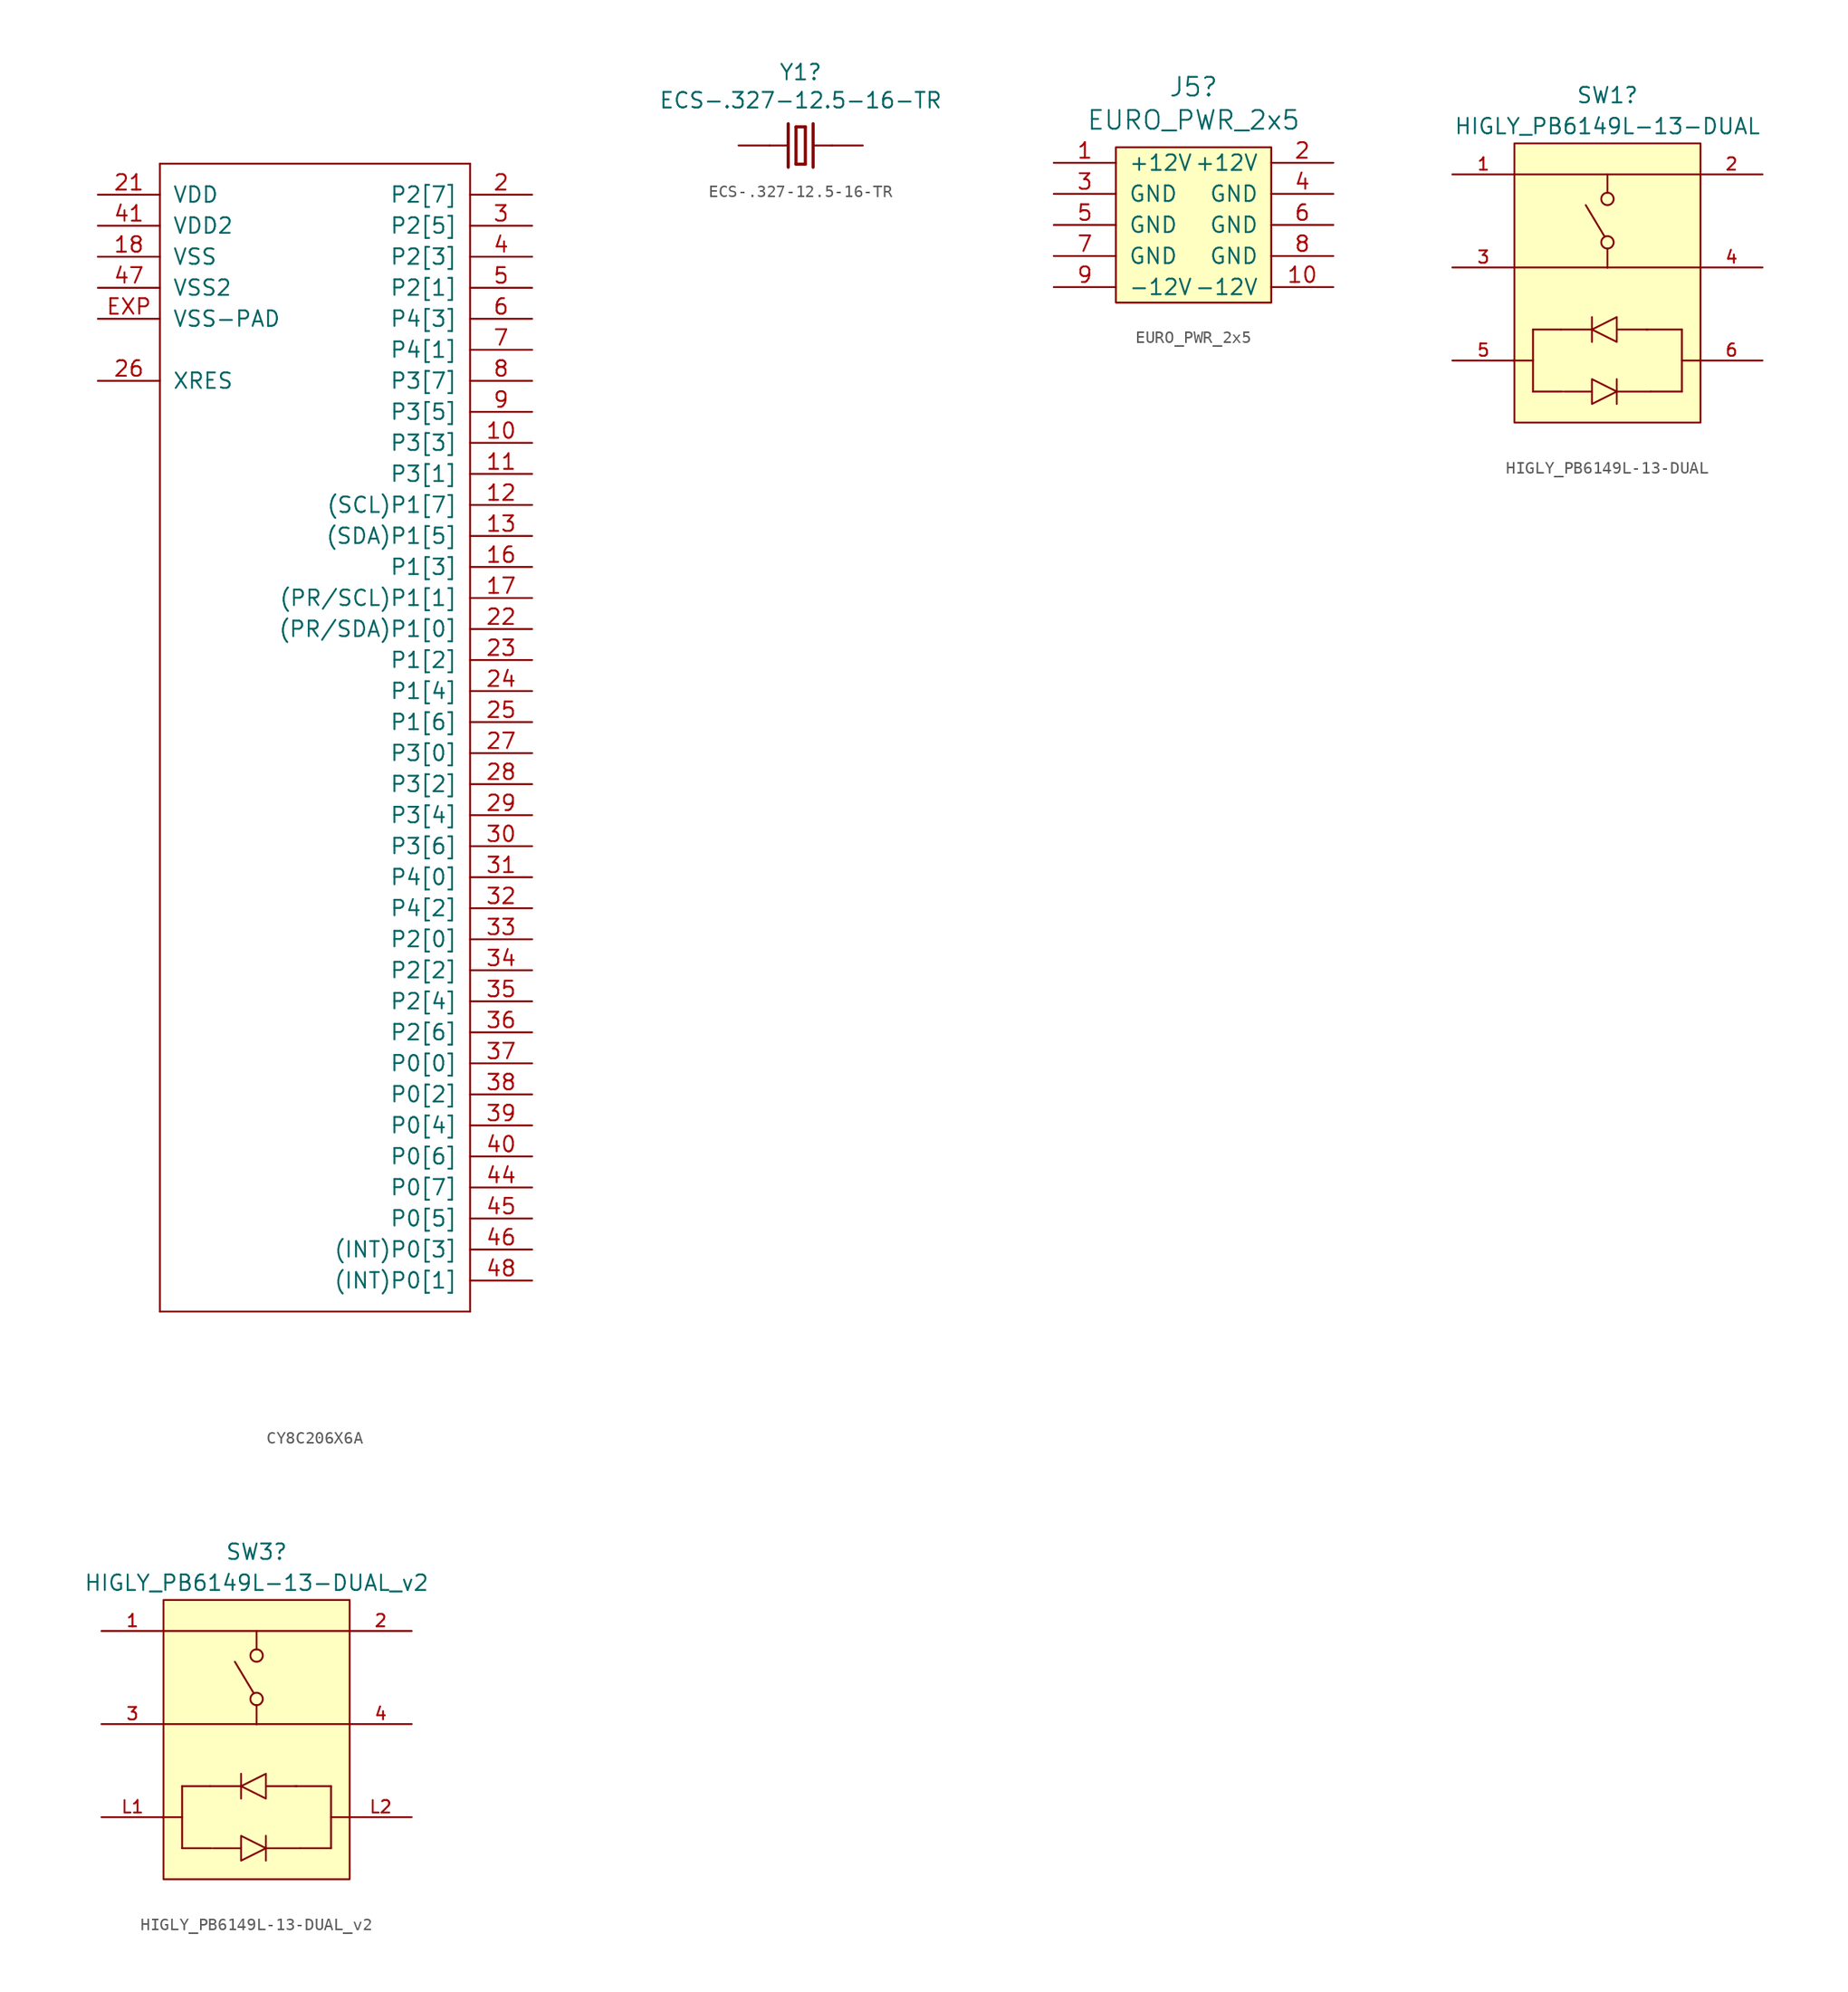
<source format=kicad_sym>
(kicad_symbol_lib
  (version 20211014)
  (generator kicad_symbol_editor)
  (symbol "CY8C206X6A"
    (pin_names
      (offset 1.016))
    (property "Reference" "U30"
      (at 0 0 0)
      (effects (font (size 1.27 1.27)) hide))
    (property "ki_locked" ""
      (at 0 0 0)
      (effects (font (size 1.27 1.27))))
    (symbol "CY8C206X6A_1_0"
      (polyline (pts (xy -12.7 -48.26) (xy -12.7 45.72)) (stroke (width 0) (type default) (color 0 0 0 0)) (fill (type none)))
      (polyline (pts (xy -12.7 45.72) (xy 12.7 45.72)) (stroke (width 0) (type default) (color 0 0 0 0)) (fill (type none)))
      (polyline (pts (xy 12.7 -48.26) (xy -12.7 -48.26)) (stroke (width 0) (type default) (color 0 0 0 0)) (fill (type none)))
      (polyline (pts (xy 12.7 45.72) (xy 12.7 -48.26)) (stroke (width 0) (type default) (color 0 0 0 0)) (fill (type none)))
      (pin unspecified line (at 17.78 22.86 180) (length 5.08) (name "P3[3]" (effects (font (size 1.27 1.27)))) (number "10" (effects (font (size 1.27 1.27)))))
      (pin unspecified line (at 17.78 20.32 180) (length 5.08) (name "P3[1]" (effects (font (size 1.27 1.27)))) (number "11" (effects (font (size 1.27 1.27)))))
      (pin unspecified line (at 17.78 17.78 180) (length 5.08) (name "(SCL)P1[7]" (effects (font (size 1.27 1.27)))) (number "12" (effects (font (size 1.27 1.27)))))
      (pin unspecified line (at 17.78 15.24 180) (length 5.08) (name "(SDA)P1[5]" (effects (font (size 1.27 1.27)))) (number "13" (effects (font (size 1.27 1.27)))))
      (pin unspecified line (at 17.78 12.7 180) (length 5.08) (name "P1[3]" (effects (font (size 1.27 1.27)))) (number "16" (effects (font (size 1.27 1.27)))))
      (pin unspecified line (at 17.78 10.16 180) (length 5.08) (name "(PR/SCL)P1[1]" (effects (font (size 1.27 1.27)))) (number "17" (effects (font (size 1.27 1.27)))))
      (pin unspecified line (at -17.78 38.1 0) (length 5.08) (name "VSS" (effects (font (size 1.27 1.27)))) (number "18" (effects (font (size 1.27 1.27)))))
      (pin unspecified line (at 17.78 43.18 180) (length 5.08) (name "P2[7]" (effects (font (size 1.27 1.27)))) (number "2" (effects (font (size 1.27 1.27)))))
      (pin unspecified line (at -17.78 43.18 0) (length 5.08) (name "VDD" (effects (font (size 1.27 1.27)))) (number "21" (effects (font (size 1.27 1.27)))))
      (pin unspecified line (at 17.78 7.62 180) (length 5.08) (name "(PR/SDA)P1[0]" (effects (font (size 1.27 1.27)))) (number "22" (effects (font (size 1.27 1.27)))))
      (pin unspecified line (at 17.78 5.08 180) (length 5.08) (name "P1[2]" (effects (font (size 1.27 1.27)))) (number "23" (effects (font (size 1.27 1.27)))))
      (pin unspecified line (at 17.78 2.54 180) (length 5.08) (name "P1[4]" (effects (font (size 1.27 1.27)))) (number "24" (effects (font (size 1.27 1.27)))))
      (pin unspecified line (at 17.78 0 180) (length 5.08) (name "P1[6]" (effects (font (size 1.27 1.27)))) (number "25" (effects (font (size 1.27 1.27)))))
      (pin unspecified line (at -17.78 27.94 0) (length 5.08) (name "XRES" (effects (font (size 1.27 1.27)))) (number "26" (effects (font (size 1.27 1.27)))))
      (pin unspecified line (at 17.78 -2.54 180) (length 5.08) (name "P3[0]" (effects (font (size 1.27 1.27)))) (number "27" (effects (font (size 1.27 1.27)))))
      (pin unspecified line (at 17.78 -5.08 180) (length 5.08) (name "P3[2]" (effects (font (size 1.27 1.27)))) (number "28" (effects (font (size 1.27 1.27)))))
      (pin unspecified line (at 17.78 -7.62 180) (length 5.08) (name "P3[4]" (effects (font (size 1.27 1.27)))) (number "29" (effects (font (size 1.27 1.27)))))
      (pin unspecified line (at 17.78 40.64 180) (length 5.08) (name "P2[5]" (effects (font (size 1.27 1.27)))) (number "3" (effects (font (size 1.27 1.27)))))
      (pin unspecified line (at 17.78 -10.16 180) (length 5.08) (name "P3[6]" (effects (font (size 1.27 1.27)))) (number "30" (effects (font (size 1.27 1.27)))))
      (pin unspecified line (at 17.78 -12.7 180) (length 5.08) (name "P4[0]" (effects (font (size 1.27 1.27)))) (number "31" (effects (font (size 1.27 1.27)))))
      (pin unspecified line (at 17.78 -15.24 180) (length 5.08) (name "P4[2]" (effects (font (size 1.27 1.27)))) (number "32" (effects (font (size 1.27 1.27)))))
      (pin unspecified line (at 17.78 -17.78 180) (length 5.08) (name "P2[0]" (effects (font (size 1.27 1.27)))) (number "33" (effects (font (size 1.27 1.27)))))
      (pin unspecified line (at 17.78 -20.32 180) (length 5.08) (name "P2[2]" (effects (font (size 1.27 1.27)))) (number "34" (effects (font (size 1.27 1.27)))))
      (pin unspecified line (at 17.78 -22.86 180) (length 5.08) (name "P2[4]" (effects (font (size 1.27 1.27)))) (number "35" (effects (font (size 1.27 1.27)))))
      (pin unspecified line (at 17.78 -25.4 180) (length 5.08) (name "P2[6]" (effects (font (size 1.27 1.27)))) (number "36" (effects (font (size 1.27 1.27)))))
      (pin unspecified line (at 17.78 -27.94 180) (length 5.08) (name "P0[0]" (effects (font (size 1.27 1.27)))) (number "37" (effects (font (size 1.27 1.27)))))
      (pin unspecified line (at 17.78 -30.48 180) (length 5.08) (name "P0[2]" (effects (font (size 1.27 1.27)))) (number "38" (effects (font (size 1.27 1.27)))))
      (pin unspecified line (at 17.78 -33.02 180) (length 5.08) (name "P0[4]" (effects (font (size 1.27 1.27)))) (number "39" (effects (font (size 1.27 1.27)))))
      (pin unspecified line (at 17.78 38.1 180) (length 5.08) (name "P2[3]" (effects (font (size 1.27 1.27)))) (number "4" (effects (font (size 1.27 1.27)))))
      (pin unspecified line (at 17.78 -35.56 180) (length 5.08) (name "P0[6]" (effects (font (size 1.27 1.27)))) (number "40" (effects (font (size 1.27 1.27)))))
      (pin unspecified line (at -17.78 40.64 0) (length 5.08) (name "VDD2" (effects (font (size 1.27 1.27)))) (number "41" (effects (font (size 1.27 1.27)))))
      (pin unspecified line (at 17.78 -38.1 180) (length 5.08) (name "P0[7]" (effects (font (size 1.27 1.27)))) (number "44" (effects (font (size 1.27 1.27)))))
      (pin unspecified line (at 17.78 -40.64 180) (length 5.08) (name "P0[5]" (effects (font (size 1.27 1.27)))) (number "45" (effects (font (size 1.27 1.27)))))
      (pin unspecified line (at 17.78 -43.18 180) (length 5.08) (name "(INT)P0[3]" (effects (font (size 1.27 1.27)))) (number "46" (effects (font (size 1.27 1.27)))))
      (pin unspecified line (at -17.78 35.56 0) (length 5.08) (name "VSS2" (effects (font (size 1.27 1.27)))) (number "47" (effects (font (size 1.27 1.27)))))
      (pin unspecified line (at 17.78 -45.72 180) (length 5.08) (name "(INT)P0[1]" (effects (font (size 1.27 1.27)))) (number "48" (effects (font (size 1.27 1.27)))))
      (pin unspecified line (at 17.78 35.56 180) (length 5.08) (name "P2[1]" (effects (font (size 1.27 1.27)))) (number "5" (effects (font (size 1.27 1.27)))))
      (pin unspecified line (at 17.78 33.02 180) (length 5.08) (name "P4[3]" (effects (font (size 1.27 1.27)))) (number "6" (effects (font (size 1.27 1.27)))))
      (pin unspecified line (at 17.78 30.48 180) (length 5.08) (name "P4[1]" (effects (font (size 1.27 1.27)))) (number "7" (effects (font (size 1.27 1.27)))))
      (pin unspecified line (at 17.78 27.94 180) (length 5.08) (name "P3[7]" (effects (font (size 1.27 1.27)))) (number "8" (effects (font (size 1.27 1.27)))))
      (pin unspecified line (at 17.78 25.4 180) (length 5.08) (name "P3[5]" (effects (font (size 1.27 1.27)))) (number "9" (effects (font (size 1.27 1.27)))))
      (pin unspecified line (at -17.78 33.02 0) (length 5.08) (name "VSS-PAD" (effects (font (size 1.27 1.27)))) (number "EXP" (effects (font (size 1.27 1.27)))))))
  (symbol "ECS-.327-12.5-16-TR"
    (pin_numbers hide)
    (pin_names
      (offset 1.016) hide)
    (property "Reference" "Y1"
      (at 0 5.988 0)
      (effects (font (size 1.27 1.27))))
    (property "Value" "ECS-.327-12.5-16-TR"
      (at 0 3.689 0)
      (effects (font (size 1.27 1.27))))
    (property "ki_locked" ""
      (at 0 0 0)
      (effects (font (size 1.27 1.27))))
    (symbol "ECS-.327-12.5-16-TR_0_0"
      (polyline (pts (xy -2.54 0) (xy -1.016 0)) (stroke (width 0.152) (type default) (color 0 0 0 0)) (fill (type none)))
      (polyline (pts (xy -1.016 1.778) (xy -1.016 -1.778)) (stroke (width 0.254) (type default) (color 0 0 0 0)) (fill (type none)))
      (polyline (pts (xy -0.381 -1.524) (xy 0.381 -1.524)) (stroke (width 0.254) (type default) (color 0 0 0 0)) (fill (type none)))
      (polyline (pts (xy -0.381 1.524) (xy -0.381 -1.524)) (stroke (width 0.254) (type default) (color 0 0 0 0)) (fill (type none)))
      (polyline (pts (xy 0.381 -1.524) (xy 0.381 1.524)) (stroke (width 0.254) (type default) (color 0 0 0 0)) (fill (type none)))
      (polyline (pts (xy 0.381 1.524) (xy -0.381 1.524)) (stroke (width 0.254) (type default) (color 0 0 0 0)) (fill (type none)))
      (polyline (pts (xy 1.016 0) (xy 2.54 0)) (stroke (width 0.152) (type default) (color 0 0 0 0)) (fill (type none)))
      (polyline (pts (xy 1.016 1.778) (xy 1.016 -1.778)) (stroke (width 0.254) (type default) (color 0 0 0 0)) (fill (type none)))
      (pin passive line (at -5.08 0 0) (length 2.54) (name "~" (effects (font (size 1.016 1.016)))) (number "1" (effects (font (size 1.016 1.016)))))
      (pin passive line (at 5.08 0 180) (length 2.54) (name "~" (effects (font (size 1.016 1.016)))) (number "2" (effects (font (size 1.016 1.016)))))))
  (symbol "EURO_PWR_2x5"
    (pin_names
      (offset 1.016))
    (property "Reference" "J5"
      (at 0 11.278 0)
      (effects (font (size 1.524 1.524))))
    (property "Value" "EURO_PWR_2x5"
      (at 0 8.568 0)
      (effects (font (size 1.524 1.524))))
    (symbol "EURO_PWR_2x5_0_1"
      (rectangle (start -6.35 6.35) (end 6.35 -6.35) (stroke (width 0) (type default) (color 0 0 0 0)) (fill (type background))))
    (symbol "EURO_PWR_2x5_1_1"
      (pin power_in line (at -11.43 5.08 0) (length 5.08) (name "+12V" (effects (font (size 1.27 1.27)))) (number "1" (effects (font (size 1.27 1.27)))))
      (pin power_in line (at 11.43 -5.08 180) (length 5.08) (name "-12V" (effects (font (size 1.27 1.27)))) (number "10" (effects (font (size 1.27 1.27)))))
      (pin power_in line (at 11.43 5.08 180) (length 5.08) (name "+12V" (effects (font (size 1.27 1.27)))) (number "2" (effects (font (size 1.27 1.27)))))
      (pin power_in line (at -11.43 2.54 0) (length 5.08) (name "GND" (effects (font (size 1.27 1.27)))) (number "3" (effects (font (size 1.27 1.27)))))
      (pin power_in line (at 11.43 2.54 180) (length 5.08) (name "GND" (effects (font (size 1.27 1.27)))) (number "4" (effects (font (size 1.27 1.27)))))
      (pin power_in line (at -11.43 0 0) (length 5.08) (name "GND" (effects (font (size 1.27 1.27)))) (number "5" (effects (font (size 1.27 1.27)))))
      (pin power_in line (at 11.43 0 180) (length 5.08) (name "GND" (effects (font (size 1.27 1.27)))) (number "6" (effects (font (size 1.27 1.27)))))
      (pin power_in line (at -11.43 -2.54 0) (length 5.08) (name "GND" (effects (font (size 1.27 1.27)))) (number "7" (effects (font (size 1.27 1.27)))))
      (pin power_in line (at 11.43 -2.54 180) (length 5.08) (name "GND" (effects (font (size 1.27 1.27)))) (number "8" (effects (font (size 1.27 1.27)))))
      (pin power_in line (at -11.43 -5.08 0) (length 5.08) (name "-12V" (effects (font (size 1.27 1.27)))) (number "9" (effects (font (size 1.27 1.27)))))))
  (symbol "HIGLY_PB6149L-13-DUAL"
    (property "Reference" "SW1"
      (at 0 14.097 0)
      (effects (font (size 1.27 1.27))))
    (property "Value" "HIGLY_PB6149L-13-DUAL"
      (at 0 11.56 0)
      (effects (font (size 1.27 1.27))))
    (symbol "HIGLY_PB6149L-13-DUAL_0_1"
      (rectangle (start -7.62 10.16) (end 7.62 -12.7) (stroke (width 0) (type default) (color 0 0 0 0)) (fill (type background)))
      (polyline (pts (xy -6.096 -10.16) (xy -3.683 -10.16)) (stroke (width 0) (type default) (color 0 0 0 0)) (fill (type none)))
      (polyline (pts (xy -6.096 -7.62) (xy -7.747 -7.62)) (stroke (width 0) (type default) (color 0 0 0 0)) (fill (type none)))
      (polyline (pts (xy -6.096 -5.08) (xy -6.096 -10.16)) (stroke (width 0) (type default) (color 0 0 0 0)) (fill (type none)))
      (polyline (pts (xy -3.81 -5.08) (xy -6.096 -5.08)) (stroke (width 0) (type default) (color 0 0 0 0)) (fill (type none)))
      (polyline (pts (xy 3.556 -10.16) (xy 6.096 -10.16)) (stroke (width 0) (type default) (color 0 0 0 0)) (fill (type none)))
      (polyline (pts (xy 6.096 -5.08) (xy 3.175 -5.08)) (stroke (width 0) (type default) (color 0 0 0 0)) (fill (type none)))
      (polyline (pts (xy 6.096 -5.08) (xy 6.096 -10.16)) (stroke (width 0) (type default) (color 0 0 0 0)) (fill (type none)))
      (polyline (pts (xy 7.62 -7.62) (xy 6.096 -7.62)) (stroke (width 0) (type default) (color 0 0 0 0)) (fill (type none)))
      (polyline (pts (xy 7.62 0) (xy -7.62 0)) (stroke (width 0) (type default) (color 0 0 0 0)) (fill (type none)))
      (polyline (pts (xy 7.62 7.62) (xy -7.62 7.62)) (stroke (width 0) (type default) (color 0 0 0 0)) (fill (type none))))
    (symbol "HIGLY_PB6149L-13-DUAL_1_1"
      (polyline (pts (xy -1.27 -10.16) (xy -3.556 -10.16)) (stroke (width 0.15) (type default) (color 0 0 0 0)) (fill (type none)))
      (polyline (pts (xy -1.27 -6.096) (xy -1.27 -4.064)) (stroke (width 0.15) (type default) (color 0 0 0 0)) (fill (type none)))
      (polyline (pts (xy -1.27 -5.08) (xy -3.81 -5.08)) (stroke (width 0.15) (type default) (color 0 0 0 0)) (fill (type none)))
      (polyline (pts (xy -0.254 2.565) (xy -1.778 5.105)) (stroke (width 0) (type default) (color 0 0 0 0)) (fill (type none)))
      (polyline (pts (xy 0 1.549) (xy 0 -0.025)) (stroke (width 0) (type default) (color 0 0 0 0)) (fill (type none)))
      (polyline (pts (xy 0 7.62) (xy 0 6.121)) (stroke (width 0) (type default) (color 0 0 0 0)) (fill (type none)))
      (polyline (pts (xy 0.762 -10.16) (xy 3.556 -10.16)) (stroke (width 0.15) (type default) (color 0 0 0 0)) (fill (type none)))
      (polyline (pts (xy 0.762 -9.144) (xy 0.762 -11.176)) (stroke (width 0.15) (type default) (color 0 0 0 0)) (fill (type none)))
      (polyline (pts (xy 0.762 -5.08) (xy 3.302 -5.08)) (stroke (width 0.15) (type default) (color 0 0 0 0)) (fill (type none)))
      (polyline (pts (xy -1.27 -5.08) (xy 0.762 -6.096) (xy 0.762 -4.064) (xy -1.27 -5.08)) (stroke (width 0.15) (type default) (color 0 0 0 0)) (fill (type none)))
      (polyline (pts (xy 0.762 -10.16) (xy -1.27 -9.144) (xy -1.27 -11.176) (xy 0.762 -10.16)) (stroke (width 0.15) (type default) (color 0 0 0 0)) (fill (type none)))
      (circle (center 0 2.057) (radius 0.508) (stroke (width 0) (type default) (color 0 0 0 0)) (fill (type none)))
      (circle (center 0 5.613) (radius 0.508) (stroke (width 0) (type default) (color 0 0 0 0)) (fill (type none)))
      (pin unspecified line (at -12.7 7.62 0) (length 5.08) (name "1" (effects (font (size 0 0)))) (number "1" (effects (font (size 1.016 1.016)))))
      (pin unspecified line (at 12.7 7.62 180) (length 5.08) (name "2" (effects (font (size 0 0)))) (number "2" (effects (font (size 1.016 1.016)))))
      (pin unspecified line (at -12.7 0 0) (length 5.08) (name "3" (effects (font (size 0 0)))) (number "3" (effects (font (size 1.016 1.016)))))
      (pin unspecified line (at 12.7 0 180) (length 5.08) (name "4" (effects (font (size 0 0)))) (number "4" (effects (font (size 1.016 1.016)))))
      (pin unspecified line (at -12.7 -7.62 0) (length 5.08) (name "L1" (effects (font (size 0 0)))) (number "5" (effects (font (size 1.016 1.016)))))
      (pin unspecified line (at 12.7 -7.62 180) (length 5.08) (name "L2" (effects (font (size 0 0)))) (number "6" (effects (font (size 1.016 1.016)))))))
  (symbol "HIGLY_PB6149L-13-DUAL_v2"
    (property "Reference" "SW3"
      (at 0 14.097 0)
      (effects (font (size 1.27 1.27))))
    (property "Value" "HIGLY_PB6149L-13-DUAL_v2"
      (at 0 11.56 0)
      (effects (font (size 1.27 1.27))))
    (symbol "HIGLY_PB6149L-13-DUAL_v2_0_1"
      (rectangle (start -7.62 10.16) (end 7.62 -12.7) (stroke (width 0) (type default) (color 0 0 0 0)) (fill (type background)))
      (polyline (pts (xy -6.096 -10.16) (xy -3.683 -10.16)) (stroke (width 0) (type default) (color 0 0 0 0)) (fill (type none)))
      (polyline (pts (xy -6.096 -7.62) (xy -7.747 -7.62)) (stroke (width 0) (type default) (color 0 0 0 0)) (fill (type none)))
      (polyline (pts (xy -6.096 -5.08) (xy -6.096 -10.16)) (stroke (width 0) (type default) (color 0 0 0 0)) (fill (type none)))
      (polyline (pts (xy -3.81 -5.08) (xy -6.096 -5.08)) (stroke (width 0) (type default) (color 0 0 0 0)) (fill (type none)))
      (polyline (pts (xy 3.556 -10.16) (xy 6.096 -10.16)) (stroke (width 0) (type default) (color 0 0 0 0)) (fill (type none)))
      (polyline (pts (xy 6.096 -5.08) (xy 3.175 -5.08)) (stroke (width 0) (type default) (color 0 0 0 0)) (fill (type none)))
      (polyline (pts (xy 6.096 -5.08) (xy 6.096 -10.16)) (stroke (width 0) (type default) (color 0 0 0 0)) (fill (type none)))
      (polyline (pts (xy 7.62 -7.62) (xy 6.096 -7.62)) (stroke (width 0) (type default) (color 0 0 0 0)) (fill (type none)))
      (polyline (pts (xy 7.62 0) (xy -7.62 0)) (stroke (width 0) (type default) (color 0 0 0 0)) (fill (type none)))
      (polyline (pts (xy 7.62 7.62) (xy -7.62 7.62)) (stroke (width 0) (type default) (color 0 0 0 0)) (fill (type none))))
    (symbol "HIGLY_PB6149L-13-DUAL_v2_1_1"
      (polyline (pts (xy -1.27 -10.16) (xy -3.556 -10.16)) (stroke (width 0.15) (type default) (color 0 0 0 0)) (fill (type none)))
      (polyline (pts (xy -1.27 -6.096) (xy -1.27 -4.064)) (stroke (width 0.15) (type default) (color 0 0 0 0)) (fill (type none)))
      (polyline (pts (xy -1.27 -5.08) (xy -3.81 -5.08)) (stroke (width 0.15) (type default) (color 0 0 0 0)) (fill (type none)))
      (polyline (pts (xy -0.254 2.565) (xy -1.778 5.105)) (stroke (width 0) (type default) (color 0 0 0 0)) (fill (type none)))
      (polyline (pts (xy 0 1.549) (xy 0 -0.025)) (stroke (width 0) (type default) (color 0 0 0 0)) (fill (type none)))
      (polyline (pts (xy 0 7.62) (xy 0 6.121)) (stroke (width 0) (type default) (color 0 0 0 0)) (fill (type none)))
      (polyline (pts (xy 0.762 -10.16) (xy 3.556 -10.16)) (stroke (width 0.15) (type default) (color 0 0 0 0)) (fill (type none)))
      (polyline (pts (xy 0.762 -9.144) (xy 0.762 -11.176)) (stroke (width 0.15) (type default) (color 0 0 0 0)) (fill (type none)))
      (polyline (pts (xy 0.762 -5.08) (xy 3.302 -5.08)) (stroke (width 0.15) (type default) (color 0 0 0 0)) (fill (type none)))
      (polyline (pts (xy -1.27 -5.08) (xy 0.762 -6.096) (xy 0.762 -4.064) (xy -1.27 -5.08)) (stroke (width 0.15) (type default) (color 0 0 0 0)) (fill (type none)))
      (polyline (pts (xy 0.762 -10.16) (xy -1.27 -9.144) (xy -1.27 -11.176) (xy 0.762 -10.16)) (stroke (width 0.15) (type default) (color 0 0 0 0)) (fill (type none)))
      (circle (center 0 2.057) (radius 0.508) (stroke (width 0) (type default) (color 0 0 0 0)) (fill (type none)))
      (circle (center 0 5.613) (radius 0.508) (stroke (width 0) (type default) (color 0 0 0 0)) (fill (type none)))
      (pin unspecified line (at -12.7 7.62 0) (length 5.08) (name "1" (effects (font (size 0 0)))) (number "1" (effects (font (size 1.016 1.016)))))
      (pin unspecified line (at 12.7 7.62 180) (length 5.08) (name "2" (effects (font (size 0 0)))) (number "2" (effects (font (size 1.016 1.016)))))
      (pin unspecified line (at -12.7 0 0) (length 5.08) (name "3" (effects (font (size 0 0)))) (number "3" (effects (font (size 1.016 1.016)))))
      (pin unspecified line (at 12.7 0 180) (length 5.08) (name "4" (effects (font (size 0 0)))) (number "4" (effects (font (size 1.016 1.016)))))
      (pin unspecified line (at -12.7 -7.62 0) (length 5.08) (name "L1" (effects (font (size 0 0)))) (number "L1" (effects (font (size 1.016 1.016)))))
      (pin unspecified line (at 12.7 -7.62 180) (length 5.08) (name "L2" (effects (font (size 0 0)))) (number "L2" (effects (font (size 1.016 1.016))))))))
</source>
